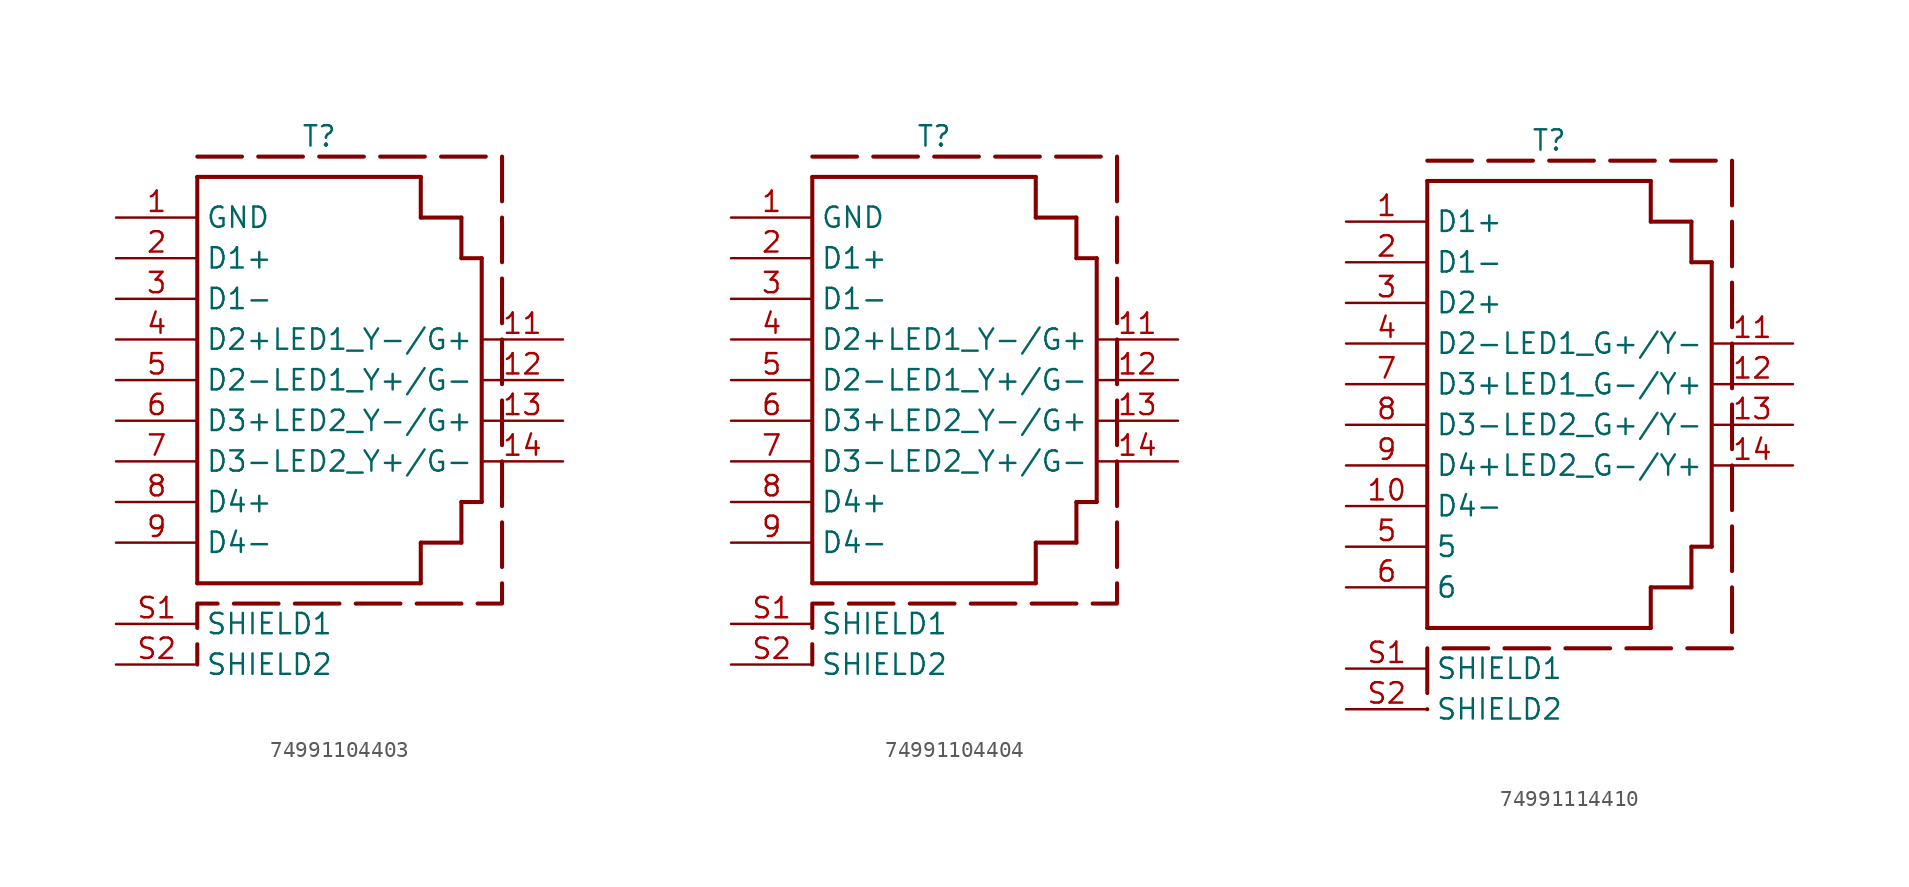
<source format=kicad_sym>
(kicad_symbol_lib
  (version 20220914)
  (generator kicad_symbol_editor)
  (symbol "74991104403"
    (property "Reference" "T"
      (at 0 15.24 0)
      (effects (font (size 1.27 1.27))))
    (property "Critical Parameter" ""
      (at 0 -5.08 0)
      (effects (font (size 1.27 1.27)) (justify left)))
    (symbol "74991104403_0_0"
      (polyline (pts (xy -7.62 -12.7) (xy -7.62 12.7)) (stroke (width 0.254) (type default)) (fill (type none)))
      (polyline (pts (xy -7.62 12.7) (xy 6.35 12.7)) (stroke (width 0.254) (type default)) (fill (type none)))
      (polyline (pts (xy 6.35 -12.7) (xy -7.62 -12.7)) (stroke (width 0.254) (type default)) (fill (type none)))
      (polyline (pts (xy 6.35 -12.7) (xy 6.35 -10.16)) (stroke (width 0.254) (type default)) (fill (type none)))
      (polyline (pts (xy 6.35 -10.16) (xy 8.89 -10.16)) (stroke (width 0.254) (type default)) (fill (type none)))
      (polyline (pts (xy 6.35 10.16) (xy 8.89 10.16)) (stroke (width 0.254) (type default)) (fill (type none)))
      (polyline (pts (xy 6.35 12.7) (xy 6.35 10.16)) (stroke (width 0.254) (type default)) (fill (type none)))
      (polyline (pts (xy 8.89 -10.16) (xy 8.89 -7.62)) (stroke (width 0.254) (type default)) (fill (type none)))
      (polyline (pts (xy 8.89 -7.62) (xy 10.16 -7.62)) (stroke (width 0.254) (type default)) (fill (type none)))
      (polyline (pts (xy 8.89 7.62) (xy 10.16 7.62)) (stroke (width 0.254) (type default)) (fill (type none)))
      (polyline (pts (xy 8.89 10.16) (xy 8.89 7.62)) (stroke (width 0.254) (type default)) (fill (type none)))
      (polyline (pts (xy 10.16 7.62) (xy 10.16 -7.62)) (stroke (width 0.254) (type default)) (fill (type none)))
      (pin passive line (at -12.7 10.16 0) (length 5.08) (name "GND" (effects (font (size 1.27 1.27)))) (number "1" (effects (font (size 1.27 1.27)))))
      (pin passive line (at -12.7 7.62 0) (length 5.08) (name "D1+" (effects (font (size 1.27 1.27)))) (number "2" (effects (font (size 1.27 1.27)))))
      (pin passive line (at -12.7 5.08 0) (length 5.08) (name "D1-" (effects (font (size 1.27 1.27)))) (number "3" (effects (font (size 1.27 1.27)))))
      (pin passive line (at -12.7 2.54 0) (length 5.08) (name "D2+" (effects (font (size 1.27 1.27)))) (number "4" (effects (font (size 1.27 1.27)))))
      (pin passive line (at -12.7 0 0) (length 5.08) (name "D2-" (effects (font (size 1.27 1.27)))) (number "5" (effects (font (size 1.27 1.27)))))
      (pin passive line (at -12.7 -2.54 0) (length 5.08) (name "D3+" (effects (font (size 1.27 1.27)))) (number "6" (effects (font (size 1.27 1.27)))))
      (pin passive line (at -12.7 -5.08 0) (length 5.08) (name "D3-" (effects (font (size 1.27 1.27)))) (number "7" (effects (font (size 1.27 1.27)))))
      (pin passive line (at -12.7 -7.62 0) (length 5.08) (name "D4+" (effects (font (size 1.27 1.27)))) (number "8" (effects (font (size 1.27 1.27)))))
      (pin passive line (at -12.7 -10.16 0) (length 5.08) (name "D4-" (effects (font (size 1.27 1.27)))) (number "9" (effects (font (size 1.27 1.27)))))
      (pin passive line (at -12.7 -15.24 0) (length 5.08) (name "SHIELD1" (effects (font (size 1.27 1.27)))) (number "S1" (effects (font (size 1.27 1.27)))))
      (pin passive line (at -12.7 -17.78 0) (length 5.08) (name "SHIELD2" (effects (font (size 1.27 1.27)))) (number "S2" (effects (font (size 1.27 1.27))))))
    (symbol "74991104403_1_0"
      (pin passive line (at 15.24 2.54 180) (length 5.08) (name "LED1_Y-/G+" (effects (font (size 1.27 1.27)))) (number "11" (effects (font (size 1.27 1.27)))))
      (pin passive line (at 15.24 0 180) (length 5.08) (name "LED1_Y+/G-" (effects (font (size 1.27 1.27)))) (number "12" (effects (font (size 1.27 1.27)))))
      (pin passive line (at 15.24 -2.54 180) (length 5.08) (name "LED2_Y-/G+" (effects (font (size 1.27 1.27)))) (number "13" (effects (font (size 1.27 1.27)))))
      (pin passive line (at 15.24 -5.08 180) (length 5.08) (name "LED2_Y+/G-" (effects (font (size 1.27 1.27)))) (number "14" (effects (font (size 1.27 1.27))))))
    (symbol "74991104403_1_1"
      (polyline (pts (xy -7.62 13.97) (xy 11.43 13.97) (xy 11.43 -13.97) (xy -7.62 -13.97) (xy -7.62 -17.78)) (stroke (width 0.254) (type dash)) (fill (type none)))))
  (symbol "74991104404"
    (property "Reference" "T"
      (at 0 15.24 0)
      (effects (font (size 1.27 1.27))))
    (property "Critical Parameter" ""
      (at 0 -5.08 0)
      (effects (font (size 1.27 1.27)) (justify left)))
    (symbol "74991104404_0_0"
      (polyline (pts (xy -7.62 -12.7) (xy -7.62 12.7)) (stroke (width 0.254) (type default)) (fill (type none)))
      (polyline (pts (xy -7.62 12.7) (xy 6.35 12.7)) (stroke (width 0.254) (type default)) (fill (type none)))
      (polyline (pts (xy 6.35 -12.7) (xy -7.62 -12.7)) (stroke (width 0.254) (type default)) (fill (type none)))
      (polyline (pts (xy 6.35 -12.7) (xy 6.35 -10.16)) (stroke (width 0.254) (type default)) (fill (type none)))
      (polyline (pts (xy 6.35 -10.16) (xy 8.89 -10.16)) (stroke (width 0.254) (type default)) (fill (type none)))
      (polyline (pts (xy 6.35 10.16) (xy 8.89 10.16)) (stroke (width 0.254) (type default)) (fill (type none)))
      (polyline (pts (xy 6.35 12.7) (xy 6.35 10.16)) (stroke (width 0.254) (type default)) (fill (type none)))
      (polyline (pts (xy 8.89 -10.16) (xy 8.89 -7.62)) (stroke (width 0.254) (type default)) (fill (type none)))
      (polyline (pts (xy 8.89 -7.62) (xy 10.16 -7.62)) (stroke (width 0.254) (type default)) (fill (type none)))
      (polyline (pts (xy 8.89 7.62) (xy 10.16 7.62)) (stroke (width 0.254) (type default)) (fill (type none)))
      (polyline (pts (xy 8.89 10.16) (xy 8.89 7.62)) (stroke (width 0.254) (type default)) (fill (type none)))
      (polyline (pts (xy 10.16 7.62) (xy 10.16 -7.62)) (stroke (width 0.254) (type default)) (fill (type none)))
      (pin passive line (at -12.7 10.16 0) (length 5.08) (name "GND" (effects (font (size 1.27 1.27)))) (number "1" (effects (font (size 1.27 1.27)))))
      (pin passive line (at -12.7 7.62 0) (length 5.08) (name "D1+" (effects (font (size 1.27 1.27)))) (number "2" (effects (font (size 1.27 1.27)))))
      (pin passive line (at -12.7 5.08 0) (length 5.08) (name "D1-" (effects (font (size 1.27 1.27)))) (number "3" (effects (font (size 1.27 1.27)))))
      (pin passive line (at -12.7 2.54 0) (length 5.08) (name "D2+" (effects (font (size 1.27 1.27)))) (number "4" (effects (font (size 1.27 1.27)))))
      (pin passive line (at -12.7 0 0) (length 5.08) (name "D2-" (effects (font (size 1.27 1.27)))) (number "5" (effects (font (size 1.27 1.27)))))
      (pin passive line (at -12.7 -2.54 0) (length 5.08) (name "D3+" (effects (font (size 1.27 1.27)))) (number "6" (effects (font (size 1.27 1.27)))))
      (pin passive line (at -12.7 -5.08 0) (length 5.08) (name "D3-" (effects (font (size 1.27 1.27)))) (number "7" (effects (font (size 1.27 1.27)))))
      (pin passive line (at -12.7 -7.62 0) (length 5.08) (name "D4+" (effects (font (size 1.27 1.27)))) (number "8" (effects (font (size 1.27 1.27)))))
      (pin passive line (at -12.7 -10.16 0) (length 5.08) (name "D4-" (effects (font (size 1.27 1.27)))) (number "9" (effects (font (size 1.27 1.27)))))
      (pin passive line (at -12.7 -15.24 0) (length 5.08) (name "SHIELD1" (effects (font (size 1.27 1.27)))) (number "S1" (effects (font (size 1.27 1.27)))))
      (pin passive line (at -12.7 -17.78 0) (length 5.08) (name "SHIELD2" (effects (font (size 1.27 1.27)))) (number "S2" (effects (font (size 1.27 1.27))))))
    (symbol "74991104404_1_0"
      (pin passive line (at 15.24 2.54 180) (length 5.08) (name "LED1_Y-/G+" (effects (font (size 1.27 1.27)))) (number "11" (effects (font (size 1.27 1.27)))))
      (pin passive line (at 15.24 0 180) (length 5.08) (name "LED1_Y+/G-" (effects (font (size 1.27 1.27)))) (number "12" (effects (font (size 1.27 1.27)))))
      (pin passive line (at 15.24 -2.54 180) (length 5.08) (name "LED2_Y-/G+" (effects (font (size 1.27 1.27)))) (number "13" (effects (font (size 1.27 1.27)))))
      (pin passive line (at 15.24 -5.08 180) (length 5.08) (name "LED2_Y+/G-" (effects (font (size 1.27 1.27)))) (number "14" (effects (font (size 1.27 1.27))))))
    (symbol "74991104404_1_1"
      (polyline (pts (xy -7.62 13.97) (xy 11.43 13.97) (xy 11.43 -13.97) (xy -7.62 -13.97) (xy -7.62 -17.78)) (stroke (width 0.254) (type dash)) (fill (type none)))))
  (symbol "74991114410"
    (property "Reference" "T"
      (at 0 17.78 0)
      (effects (font (size 1.27 1.27))))
    (property "Critical Parameter" ""
      (at 0 -5.08 0)
      (effects (font (size 1.27 1.27)) (justify left)))
    (symbol "74991114410_0_0"
      (polyline (pts (xy -7.62 -12.7) (xy -7.62 15.24)) (stroke (width 0.254) (type default)) (fill (type none)))
      (polyline (pts (xy -7.62 15.24) (xy 6.35 15.24)) (stroke (width 0.254) (type default)) (fill (type none)))
      (polyline (pts (xy 6.35 -12.7) (xy -7.62 -12.7)) (stroke (width 0.254) (type default)) (fill (type none)))
      (polyline (pts (xy 6.35 -12.7) (xy 6.35 -10.16)) (stroke (width 0.254) (type default)) (fill (type none)))
      (polyline (pts (xy 6.35 -10.16) (xy 8.89 -10.16)) (stroke (width 0.254) (type default)) (fill (type none)))
      (polyline (pts (xy 6.35 12.7) (xy 8.89 12.7)) (stroke (width 0.254) (type default)) (fill (type none)))
      (polyline (pts (xy 6.35 15.24) (xy 6.35 12.7)) (stroke (width 0.254) (type default)) (fill (type none)))
      (polyline (pts (xy 8.89 -10.16) (xy 8.89 -7.62)) (stroke (width 0.254) (type default)) (fill (type none)))
      (polyline (pts (xy 8.89 -7.62) (xy 10.16 -7.62)) (stroke (width 0.254) (type default)) (fill (type none)))
      (polyline (pts (xy 8.89 10.16) (xy 10.16 10.16)) (stroke (width 0.254) (type default)) (fill (type none)))
      (polyline (pts (xy 8.89 12.7) (xy 8.89 10.16)) (stroke (width 0.254) (type default)) (fill (type none)))
      (polyline (pts (xy 10.16 10.16) (xy 10.16 -7.62)) (stroke (width 0.254) (type default)) (fill (type none)))
      (pin passive line (at -12.7 12.7 0) (length 5.08) (name "D1+" (effects (font (size 1.27 1.27)))) (number "1" (effects (font (size 1.27 1.27)))))
      (pin passive line (at -12.7 -5.08 0) (length 5.08) (name "D4-" (effects (font (size 1.27 1.27)))) (number "10" (effects (font (size 1.27 1.27)))))
      (pin passive line (at -12.7 10.16 0) (length 5.08) (name "D1-" (effects (font (size 1.27 1.27)))) (number "2" (effects (font (size 1.27 1.27)))))
      (pin passive line (at -12.7 7.62 0) (length 5.08) (name "D2+" (effects (font (size 1.27 1.27)))) (number "3" (effects (font (size 1.27 1.27)))))
      (pin passive line (at -12.7 5.08 0) (length 5.08) (name "D2-" (effects (font (size 1.27 1.27)))) (number "4" (effects (font (size 1.27 1.27)))))
      (pin passive line (at -12.7 -7.62 0) (length 5.08) (name "5" (effects (font (size 1.27 1.27)))) (number "5" (effects (font (size 1.27 1.27)))))
      (pin passive line (at -12.7 -10.16 0) (length 5.08) (name "6" (effects (font (size 1.27 1.27)))) (number "6" (effects (font (size 1.27 1.27)))))
      (pin passive line (at -12.7 2.54 0) (length 5.08) (name "D3+" (effects (font (size 1.27 1.27)))) (number "7" (effects (font (size 1.27 1.27)))))
      (pin passive line (at -12.7 0 0) (length 5.08) (name "D3-" (effects (font (size 1.27 1.27)))) (number "8" (effects (font (size 1.27 1.27)))))
      (pin passive line (at -12.7 -2.54 0) (length 5.08) (name "D4+" (effects (font (size 1.27 1.27)))) (number "9" (effects (font (size 1.27 1.27)))))
      (pin passive line (at -12.7 -15.24 0) (length 5.08) (name "SHIELD1" (effects (font (size 1.27 1.27)))) (number "S1" (effects (font (size 1.27 1.27)))))
      (pin passive line (at -12.7 -17.78 0) (length 5.08) (name "SHIELD2" (effects (font (size 1.27 1.27)))) (number "S2" (effects (font (size 1.27 1.27))))))
    (symbol "74991114410_1_0"
      (pin passive line (at 15.24 5.08 180) (length 5.08) (name "LED1_G+/Y-" (effects (font (size 1.27 1.27)))) (number "11" (effects (font (size 1.27 1.27)))))
      (pin passive line (at 15.24 2.54 180) (length 5.08) (name "LED1_G-/Y+" (effects (font (size 1.27 1.27)))) (number "12" (effects (font (size 1.27 1.27)))))
      (pin passive line (at 15.24 0 180) (length 5.08) (name "LED2_G+/Y-" (effects (font (size 1.27 1.27)))) (number "13" (effects (font (size 1.27 1.27)))))
      (pin passive line (at 15.24 -2.54 180) (length 5.08) (name "LED2_G-/Y+" (effects (font (size 1.27 1.27)))) (number "14" (effects (font (size 1.27 1.27))))))
    (symbol "74991114410_1_1"
      (polyline (pts (xy -7.62 16.51) (xy 11.43 16.51) (xy 11.43 -13.97) (xy -7.62 -13.97) (xy -7.62 -17.78)) (stroke (width 0.254) (type dash)) (fill (type none))))))
</source>
